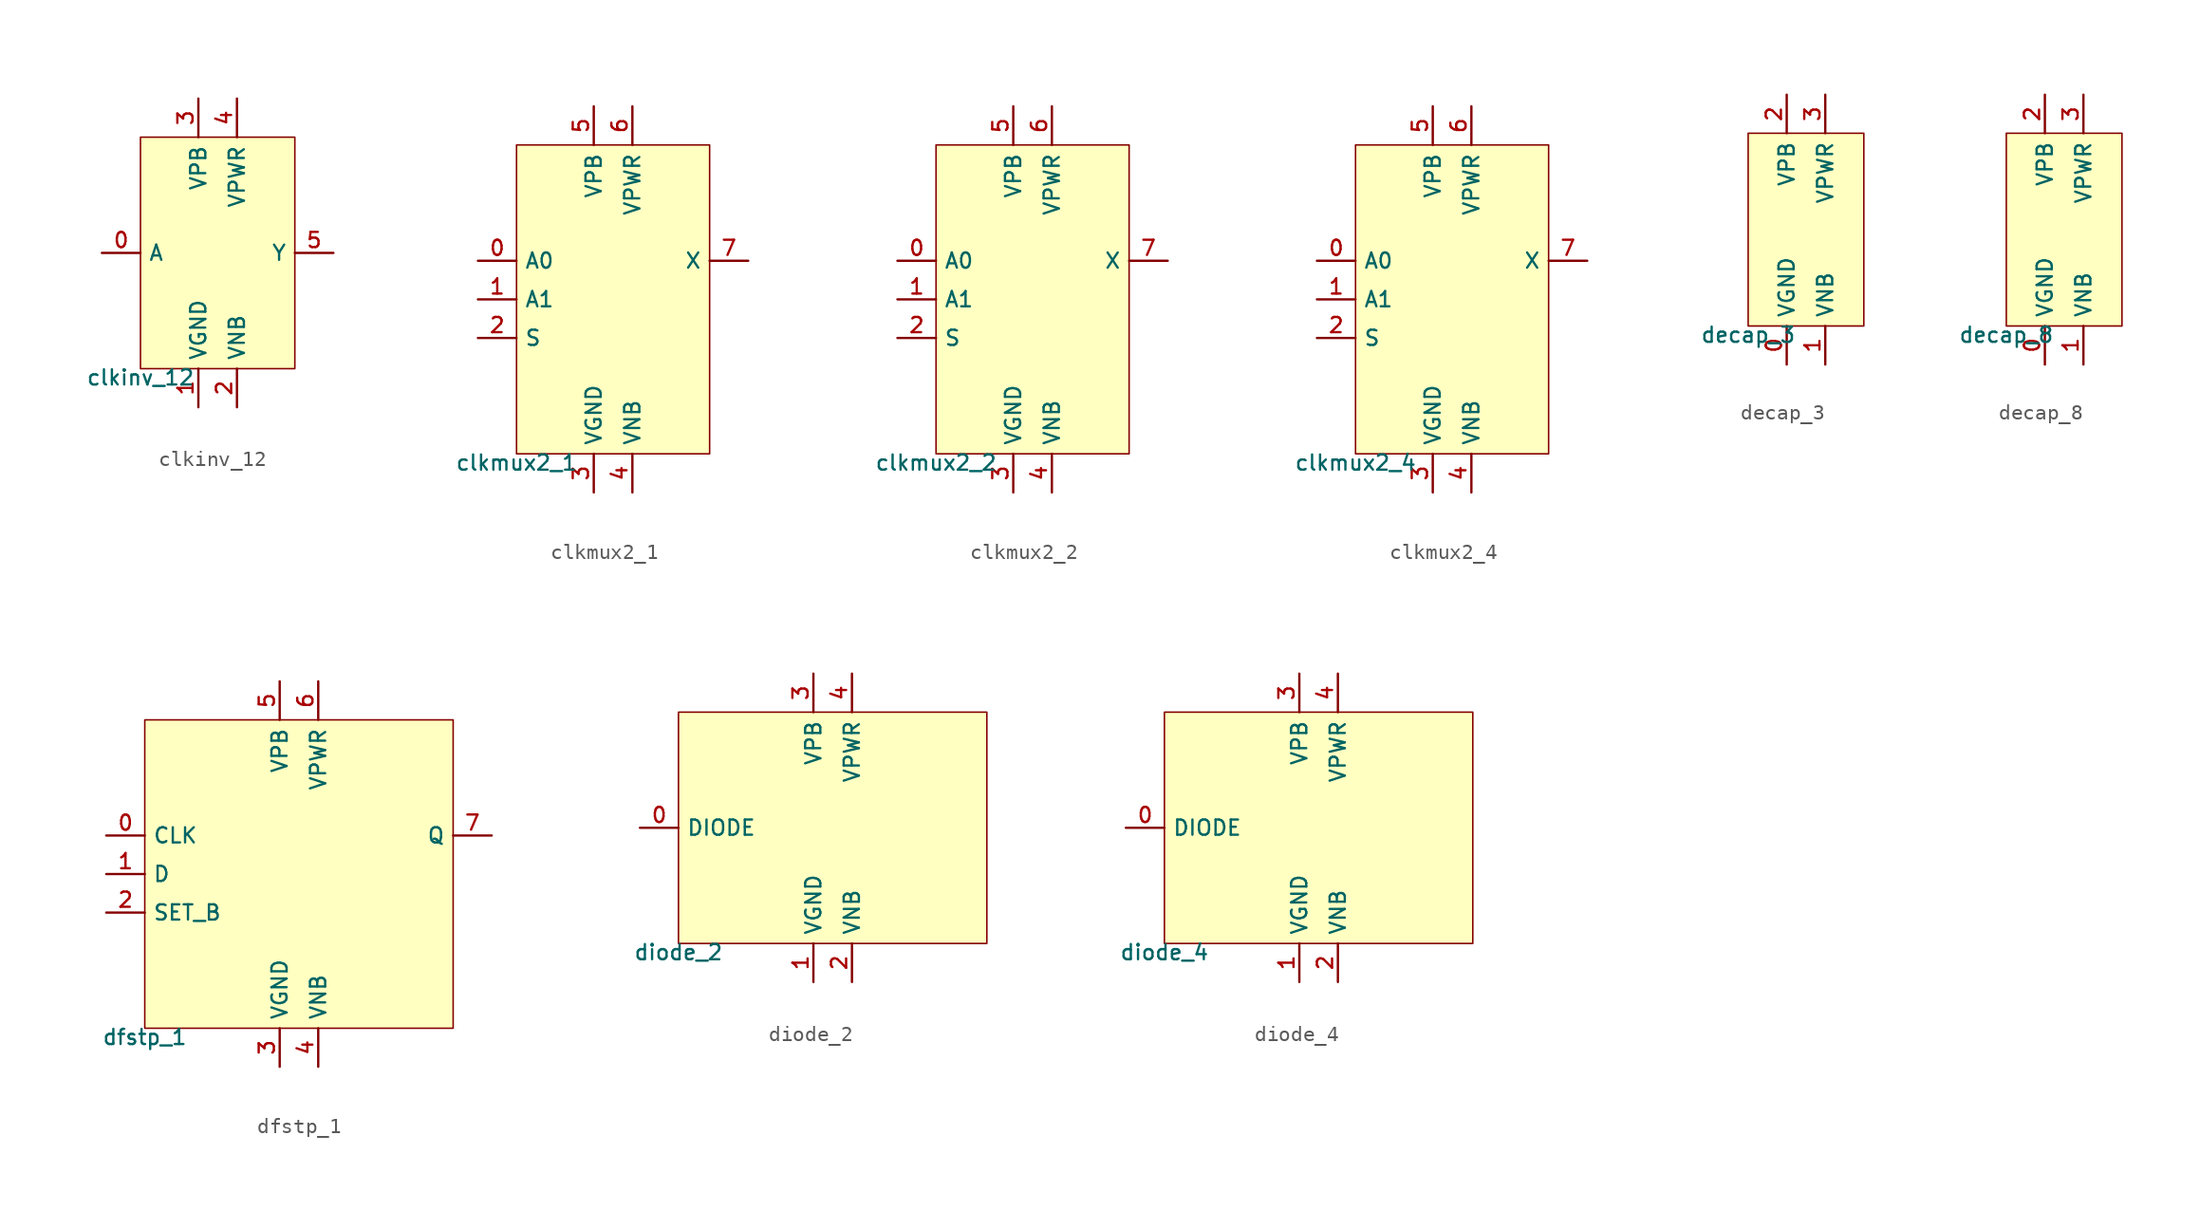
<source format=kicad_sym>
(kicad_symbol_lib
  (version 20211014)
  (generator lef2kicad_sym)
  (symbol "clkinv_12"
    (property "Reference" "CELL"
      (at 0 0 0)
      (effects (font (size 1 1)) hide))
    (property "Value" "clkinv_12"
      (at -5.08 -7.62 0)
      (effects (font (size 1 1)) (justify top)))
    (rectangle
      (start -5.08 -7.62)
      (end 5.08 7.62)
      (stroke (width 0.1) (type solid) (color 0 0 0 0))
      (fill (type background)))
    (pin input line
      (at -7.62 0.0 0)
      (length 2.54)
      (name "A" (effects (font (size 1 1)) hide))
      (number "0" (effects (font (size 1 1)) hide)))
    (pin power_in line
      (at -1.27 -10.16 90)
      (length 2.54)
      (name "VGND" (effects (font (size 1 1)) hide))
      (number "1" (effects (font (size 1 1)) hide)))
    (pin power_in line
      (at 1.27 -10.16 90)
      (length 2.54)
      (name "VNB" (effects (font (size 1 1)) hide))
      (number "2" (effects (font (size 1 1)) hide)))
    (pin power_in line
      (at -1.27 10.16 270)
      (length 2.54)
      (name "VPB" (effects (font (size 1 1)) hide))
      (number "3" (effects (font (size 1 1)) hide)))
    (pin power_in line
      (at 1.27 10.16 270)
      (length 2.54)
      (name "VPWR" (effects (font (size 1 1)) hide))
      (number "4" (effects (font (size 1 1)) hide)))
    (pin output line
      (at 7.62 0.0 180)
      (length 2.54)
      (name "Y" (effects (font (size 1 1)) hide))
      (number "5" (effects (font (size 1 1)) hide))))
  (symbol "clkmux2_1"
    (property "Reference" "CELL"
      (at 0 0 0)
      (effects (font (size 1 1)) hide))
    (property "Value" "clkmux2_1"
      (at -6.35 -10.16 0)
      (effects (font (size 1 1)) (justify top)))
    (rectangle
      (start -6.35 -10.16)
      (end 6.35 10.16)
      (stroke (width 0.1) (type solid) (color 0 0 0 0))
      (fill (type background)))
    (pin input line
      (at -8.89 2.54 0)
      (length 2.54)
      (name "A0" (effects (font (size 1 1)) hide))
      (number "0" (effects (font (size 1 1)) hide)))
    (pin input line
      (at -8.89 0.0 0)
      (length 2.54)
      (name "A1" (effects (font (size 1 1)) hide))
      (number "1" (effects (font (size 1 1)) hide)))
    (pin input line
      (at -8.89 -2.54 0)
      (length 2.54)
      (name "S" (effects (font (size 1 1)) hide))
      (number "2" (effects (font (size 1 1)) hide)))
    (pin power_in line
      (at -1.27 -12.7 90)
      (length 2.54)
      (name "VGND" (effects (font (size 1 1)) hide))
      (number "3" (effects (font (size 1 1)) hide)))
    (pin power_in line
      (at 1.27 -12.7 90)
      (length 2.54)
      (name "VNB" (effects (font (size 1 1)) hide))
      (number "4" (effects (font (size 1 1)) hide)))
    (pin power_in line
      (at -1.27 12.7 270)
      (length 2.54)
      (name "VPB" (effects (font (size 1 1)) hide))
      (number "5" (effects (font (size 1 1)) hide)))
    (pin power_in line
      (at 1.27 12.7 270)
      (length 2.54)
      (name "VPWR" (effects (font (size 1 1)) hide))
      (number "6" (effects (font (size 1 1)) hide)))
    (pin output line
      (at 8.89 2.54 180)
      (length 2.54)
      (name "X" (effects (font (size 1 1)) hide))
      (number "7" (effects (font (size 1 1)) hide))))
  (symbol "clkmux2_2"
    (property "Reference" "CELL"
      (at 0 0 0)
      (effects (font (size 1 1)) hide))
    (property "Value" "clkmux2_2"
      (at -6.35 -10.16 0)
      (effects (font (size 1 1)) (justify top)))
    (rectangle
      (start -6.35 -10.16)
      (end 6.35 10.16)
      (stroke (width 0.1) (type solid) (color 0 0 0 0))
      (fill (type background)))
    (pin input line
      (at -8.89 2.54 0)
      (length 2.54)
      (name "A0" (effects (font (size 1 1)) hide))
      (number "0" (effects (font (size 1 1)) hide)))
    (pin input line
      (at -8.89 0.0 0)
      (length 2.54)
      (name "A1" (effects (font (size 1 1)) hide))
      (number "1" (effects (font (size 1 1)) hide)))
    (pin input line
      (at -8.89 -2.54 0)
      (length 2.54)
      (name "S" (effects (font (size 1 1)) hide))
      (number "2" (effects (font (size 1 1)) hide)))
    (pin power_in line
      (at -1.27 -12.7 90)
      (length 2.54)
      (name "VGND" (effects (font (size 1 1)) hide))
      (number "3" (effects (font (size 1 1)) hide)))
    (pin power_in line
      (at 1.27 -12.7 90)
      (length 2.54)
      (name "VNB" (effects (font (size 1 1)) hide))
      (number "4" (effects (font (size 1 1)) hide)))
    (pin power_in line
      (at -1.27 12.7 270)
      (length 2.54)
      (name "VPB" (effects (font (size 1 1)) hide))
      (number "5" (effects (font (size 1 1)) hide)))
    (pin power_in line
      (at 1.27 12.7 270)
      (length 2.54)
      (name "VPWR" (effects (font (size 1 1)) hide))
      (number "6" (effects (font (size 1 1)) hide)))
    (pin output line
      (at 8.89 2.54 180)
      (length 2.54)
      (name "X" (effects (font (size 1 1)) hide))
      (number "7" (effects (font (size 1 1)) hide))))
  (symbol "clkmux2_4"
    (property "Reference" "CELL"
      (at 0 0 0)
      (effects (font (size 1 1)) hide))
    (property "Value" "clkmux2_4"
      (at -6.35 -10.16 0)
      (effects (font (size 1 1)) (justify top)))
    (rectangle
      (start -6.35 -10.16)
      (end 6.35 10.16)
      (stroke (width 0.1) (type solid) (color 0 0 0 0))
      (fill (type background)))
    (pin input line
      (at -8.89 2.54 0)
      (length 2.54)
      (name "A0" (effects (font (size 1 1)) hide))
      (number "0" (effects (font (size 1 1)) hide)))
    (pin input line
      (at -8.89 0.0 0)
      (length 2.54)
      (name "A1" (effects (font (size 1 1)) hide))
      (number "1" (effects (font (size 1 1)) hide)))
    (pin input line
      (at -8.89 -2.54 0)
      (length 2.54)
      (name "S" (effects (font (size 1 1)) hide))
      (number "2" (effects (font (size 1 1)) hide)))
    (pin power_in line
      (at -1.27 -12.7 90)
      (length 2.54)
      (name "VGND" (effects (font (size 1 1)) hide))
      (number "3" (effects (font (size 1 1)) hide)))
    (pin power_in line
      (at 1.27 -12.7 90)
      (length 2.54)
      (name "VNB" (effects (font (size 1 1)) hide))
      (number "4" (effects (font (size 1 1)) hide)))
    (pin power_in line
      (at -1.27 12.7 270)
      (length 2.54)
      (name "VPB" (effects (font (size 1 1)) hide))
      (number "5" (effects (font (size 1 1)) hide)))
    (pin power_in line
      (at 1.27 12.7 270)
      (length 2.54)
      (name "VPWR" (effects (font (size 1 1)) hide))
      (number "6" (effects (font (size 1 1)) hide)))
    (pin output line
      (at 8.89 2.54 180)
      (length 2.54)
      (name "X" (effects (font (size 1 1)) hide))
      (number "7" (effects (font (size 1 1)) hide))))
  (symbol "decap_3"
    (property "Reference" "CELL"
      (at 0 0 0)
      (effects (font (size 1 1)) hide))
    (property "Value" "decap_3"
      (at -3.81 -6.35 0)
      (effects (font (size 1 1)) (justify top)))
    (rectangle
      (start -3.81 -6.35)
      (end 3.81 6.35)
      (stroke (width 0.1) (type solid) (color 0 0 0 0))
      (fill (type background)))
    (pin power_in line
      (at -1.27 -8.89 90)
      (length 2.54)
      (name "VGND" (effects (font (size 1 1)) hide))
      (number "0" (effects (font (size 1 1)) hide)))
    (pin power_in line
      (at 1.27 -8.89 90)
      (length 2.54)
      (name "VNB" (effects (font (size 1 1)) hide))
      (number "1" (effects (font (size 1 1)) hide)))
    (pin power_in line
      (at -1.27 8.89 270)
      (length 2.54)
      (name "VPB" (effects (font (size 1 1)) hide))
      (number "2" (effects (font (size 1 1)) hide)))
    (pin power_in line
      (at 1.27 8.89 270)
      (length 2.54)
      (name "VPWR" (effects (font (size 1 1)) hide))
      (number "3" (effects (font (size 1 1)) hide))))
  (symbol "decap_8"
    (property "Reference" "CELL"
      (at 0 0 0)
      (effects (font (size 1 1)) hide))
    (property "Value" "decap_8"
      (at -3.81 -6.35 0)
      (effects (font (size 1 1)) (justify top)))
    (rectangle
      (start -3.81 -6.35)
      (end 3.81 6.35)
      (stroke (width 0.1) (type solid) (color 0 0 0 0))
      (fill (type background)))
    (pin power_in line
      (at -1.27 -8.89 90)
      (length 2.54)
      (name "VGND" (effects (font (size 1 1)) hide))
      (number "0" (effects (font (size 1 1)) hide)))
    (pin power_in line
      (at 1.27 -8.89 90)
      (length 2.54)
      (name "VNB" (effects (font (size 1 1)) hide))
      (number "1" (effects (font (size 1 1)) hide)))
    (pin power_in line
      (at -1.27 8.89 270)
      (length 2.54)
      (name "VPB" (effects (font (size 1 1)) hide))
      (number "2" (effects (font (size 1 1)) hide)))
    (pin power_in line
      (at 1.27 8.89 270)
      (length 2.54)
      (name "VPWR" (effects (font (size 1 1)) hide))
      (number "3" (effects (font (size 1 1)) hide))))
  (symbol "dfstp_1"
    (property "Reference" "CELL"
      (at 0 0 0)
      (effects (font (size 1 1)) hide))
    (property "Value" "dfstp_1"
      (at -10.16 -10.16 0)
      (effects (font (size 1 1)) (justify top)))
    (rectangle
      (start -10.16 -10.16)
      (end 10.16 10.16)
      (stroke (width 0.1) (type solid) (color 0 0 0 0))
      (fill (type background)))
    (pin input line
      (at -12.7 2.54 0)
      (length 2.54)
      (name "CLK" (effects (font (size 1 1)) hide))
      (number "0" (effects (font (size 1 1)) hide)))
    (pin input line
      (at -12.7 0.0 0)
      (length 2.54)
      (name "D" (effects (font (size 1 1)) hide))
      (number "1" (effects (font (size 1 1)) hide)))
    (pin input line
      (at -12.7 -2.54 0)
      (length 2.54)
      (name "SET_B" (effects (font (size 1 1)) hide))
      (number "2" (effects (font (size 1 1)) hide)))
    (pin power_in line
      (at -1.27 -12.7 90)
      (length 2.54)
      (name "VGND" (effects (font (size 1 1)) hide))
      (number "3" (effects (font (size 1 1)) hide)))
    (pin power_in line
      (at 1.27 -12.7 90)
      (length 2.54)
      (name "VNB" (effects (font (size 1 1)) hide))
      (number "4" (effects (font (size 1 1)) hide)))
    (pin power_in line
      (at -1.27 12.7 270)
      (length 2.54)
      (name "VPB" (effects (font (size 1 1)) hide))
      (number "5" (effects (font (size 1 1)) hide)))
    (pin power_in line
      (at 1.27 12.7 270)
      (length 2.54)
      (name "VPWR" (effects (font (size 1 1)) hide))
      (number "6" (effects (font (size 1 1)) hide)))
    (pin output line
      (at 12.7 2.54 180)
      (length 2.54)
      (name "Q" (effects (font (size 1 1)) hide))
      (number "7" (effects (font (size 1 1)) hide))))
  (symbol "diode_2"
    (property "Reference" "CELL"
      (at 0 0 0)
      (effects (font (size 1 1)) hide))
    (property "Value" "diode_2"
      (at -10.16 -7.62 0)
      (effects (font (size 1 1)) (justify top)))
    (rectangle
      (start -10.16 -7.62)
      (end 10.16 7.62)
      (stroke (width 0.1) (type solid) (color 0 0 0 0))
      (fill (type background)))
    (pin input line
      (at -12.7 0.0 0)
      (length 2.54)
      (name "DIODE" (effects (font (size 1 1)) hide))
      (number "0" (effects (font (size 1 1)) hide)))
    (pin power_in line
      (at -1.27 -10.16 90)
      (length 2.54)
      (name "VGND" (effects (font (size 1 1)) hide))
      (number "1" (effects (font (size 1 1)) hide)))
    (pin power_in line
      (at 1.27 -10.16 90)
      (length 2.54)
      (name "VNB" (effects (font (size 1 1)) hide))
      (number "2" (effects (font (size 1 1)) hide)))
    (pin power_in line
      (at -1.27 10.16 270)
      (length 2.54)
      (name "VPB" (effects (font (size 1 1)) hide))
      (number "3" (effects (font (size 1 1)) hide)))
    (pin power_in line
      (at 1.27 10.16 270)
      (length 2.54)
      (name "VPWR" (effects (font (size 1 1)) hide))
      (number "4" (effects (font (size 1 1)) hide))))
  (symbol "diode_4"
    (property "Reference" "CELL"
      (at 0 0 0)
      (effects (font (size 1 1)) hide))
    (property "Value" "diode_4"
      (at -10.16 -7.62 0)
      (effects (font (size 1 1)) (justify top)))
    (rectangle
      (start -10.16 -7.62)
      (end 10.16 7.62)
      (stroke (width 0.1) (type solid) (color 0 0 0 0))
      (fill (type background)))
    (pin input line
      (at -12.7 0.0 0)
      (length 2.54)
      (name "DIODE" (effects (font (size 1 1)) hide))
      (number "0" (effects (font (size 1 1)) hide)))
    (pin power_in line
      (at -1.27 -10.16 90)
      (length 2.54)
      (name "VGND" (effects (font (size 1 1)) hide))
      (number "1" (effects (font (size 1 1)) hide)))
    (pin power_in line
      (at 1.27 -10.16 90)
      (length 2.54)
      (name "VNB" (effects (font (size 1 1)) hide))
      (number "2" (effects (font (size 1 1)) hide)))
    (pin power_in line
      (at -1.27 10.16 270)
      (length 2.54)
      (name "VPB" (effects (font (size 1 1)) hide))
      (number "3" (effects (font (size 1 1)) hide)))
    (pin power_in line
      (at 1.27 10.16 270)
      (length 2.54)
      (name "VPWR" (effects (font (size 1 1)) hide))
      (number "4" (effects (font (size 1 1)) hide)))))
</source>
